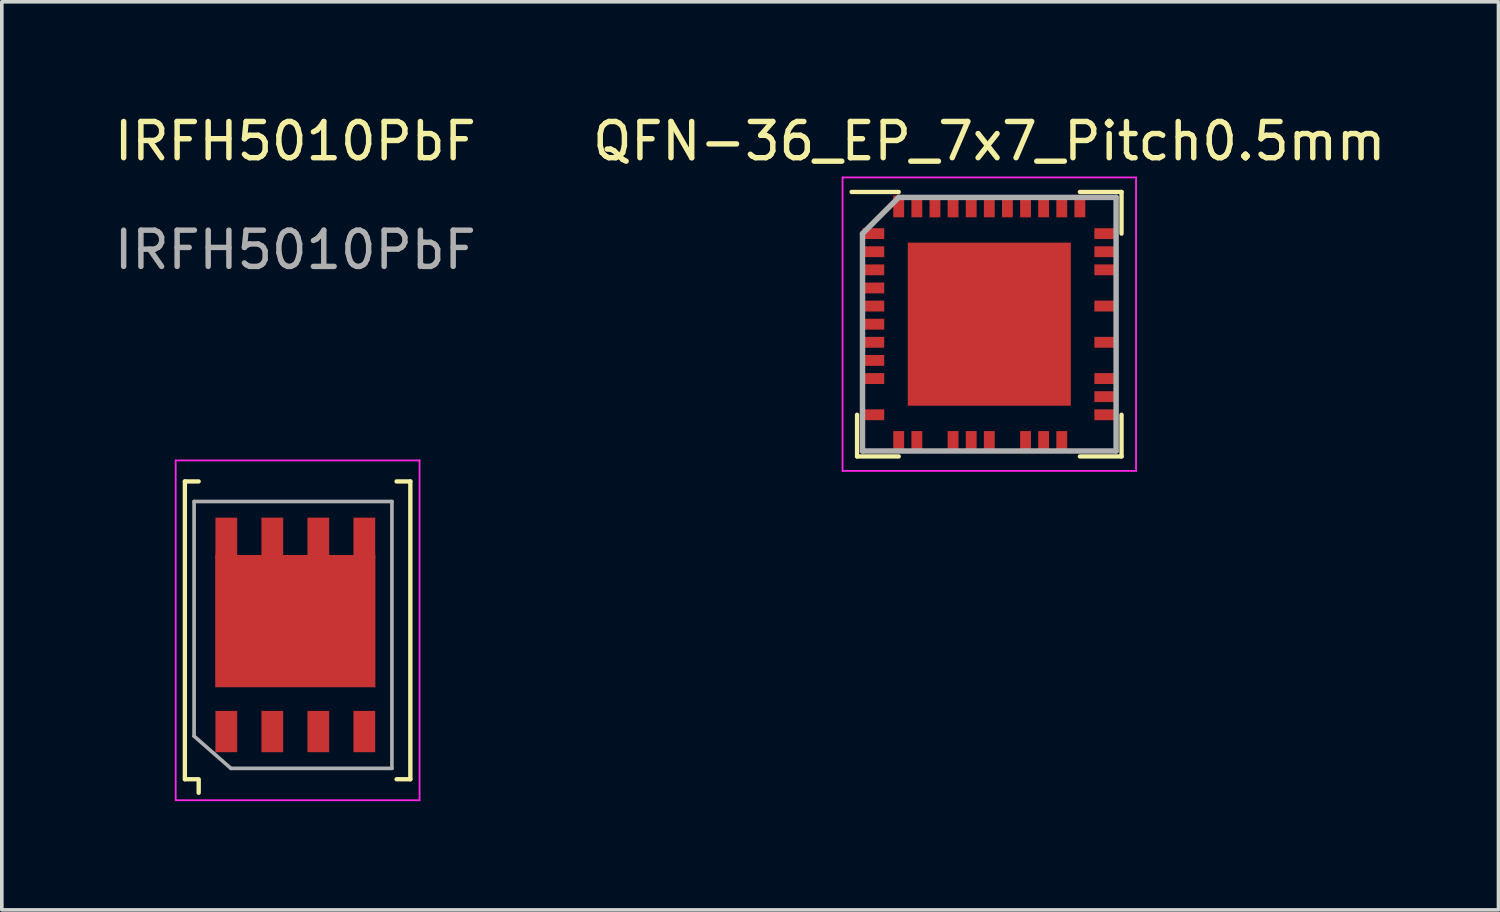
<source format=kicad_pcb>
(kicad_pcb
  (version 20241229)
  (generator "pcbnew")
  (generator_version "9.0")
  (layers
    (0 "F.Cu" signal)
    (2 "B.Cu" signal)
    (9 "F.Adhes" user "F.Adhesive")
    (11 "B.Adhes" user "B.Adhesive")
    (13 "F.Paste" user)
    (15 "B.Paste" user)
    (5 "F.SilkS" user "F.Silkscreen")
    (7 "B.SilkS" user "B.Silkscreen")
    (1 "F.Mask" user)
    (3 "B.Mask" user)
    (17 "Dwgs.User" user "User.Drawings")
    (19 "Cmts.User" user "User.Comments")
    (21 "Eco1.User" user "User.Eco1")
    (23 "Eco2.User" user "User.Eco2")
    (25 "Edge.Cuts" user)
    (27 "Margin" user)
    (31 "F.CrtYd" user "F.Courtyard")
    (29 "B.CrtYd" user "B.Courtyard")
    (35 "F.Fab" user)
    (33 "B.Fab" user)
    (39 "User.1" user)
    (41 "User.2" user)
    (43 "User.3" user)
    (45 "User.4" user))
  (footprint "QFN-36_EP_7x7_Pitch0.5mm"
    (layer "F.Cu")
    (at 24.256 5.898)
    (property "Reference" "QFN-36_EP_7x7_Pitch0.5mm" (at 0 -5.05 0) (layer "F.SilkS") (effects (font (size 1 1) (thickness 0.15))))
    (attr through_hole)
    (fp_line (start -3.65 3.65) (end -3.65 2.5) (stroke (width 0.12) (type solid)) (layer "F.SilkS"))
    (fp_line (start -2.5 -3.65) (end -3.8 -3.65) (stroke (width 0.12) (type solid)) (layer "F.SilkS"))
    (fp_line (start -2.5 3.65) (end -3.65 3.65) (stroke (width 0.12) (type solid)) (layer "F.SilkS"))
    (fp_line (start 2.5 -3.65) (end 3.65 -3.65) (stroke (width 0.12) (type solid)) (layer "F.SilkS"))
    (fp_line (start 2.5 3.65) (end 3.65 3.65) (stroke (width 0.12) (type solid)) (layer "F.SilkS"))
    (fp_line (start 3.65 -3.65) (end 3.65 -2.5) (stroke (width 0.12) (type solid)) (layer "F.SilkS"))
    (fp_line (start 3.65 3.65) (end 3.65 2.5) (stroke (width 0.12) (type solid)) (layer "F.SilkS"))
    (fp_line (start -4.05 -4.05) (end 4.05 -4.05) (stroke (width 0.05) (type solid)) (layer "F.CrtYd"))
    (fp_line (start -4.05 4.05) (end -4.05 -4.05) (stroke (width 0.05) (type solid)) (layer "F.CrtYd"))
    (fp_line (start 4.05 -4.05) (end 4.05 4.05) (stroke (width 0.05) (type solid)) (layer "F.CrtYd"))
    (fp_line (start 4.05 4.05) (end -4.05 4.05) (stroke (width 0.05) (type solid)) (layer "F.CrtYd"))
    (fp_line (start -3.5 -2.5) (end -3.5 3.5) (stroke (width 0.15) (type solid)) (layer "F.Fab"))
    (fp_line (start -3.5 3.5) (end 3.5 3.5) (stroke (width 0.15) (type solid)) (layer "F.Fab"))
    (fp_line (start -2.5 -3.5) (end -3.5 -2.5) (stroke (width 0.15) (type solid)) (layer "F.Fab"))
    (fp_line (start 3.5 -3.5) (end -2.5 -3.5) (stroke (width 0.15) (type solid)) (layer "F.Fab"))
    (fp_line (start 3.5 3.5) (end 3.5 -3.5) (stroke (width 0.15) (type solid)) (layer "F.Fab"))
    (pad "1" smd rect (at -3.2 2.5 270) (size 0.3 0.6) (layers "F.Cu" "F.Mask" "F.Paste"))
    (pad "2" smd rect (at -3.2 1.5 270) (size 0.3 0.6) (layers "F.Cu" "F.Mask" "F.Paste"))
    (pad "3" smd rect (at -3.2 1 270) (size 0.3 0.6) (layers "F.Cu" "F.Mask" "F.Paste"))
    (pad "4" smd rect (at -3.2 0.5 270) (size 0.3 0.6) (layers "F.Cu" "F.Mask" "F.Paste"))
    (pad "5" smd rect (at -3.2 0 270) (size 0.3 0.6) (layers "F.Cu" "F.Mask" "F.Paste"))
    (pad "6" smd rect (at -3.2 -0.5 270) (size 0.3 0.6) (layers "F.Cu" "F.Mask" "F.Paste"))
    (pad "7" smd rect (at -3.2 -1 270) (size 0.3 0.6) (layers "F.Cu" "F.Mask" "F.Paste"))
    (pad "8" smd rect (at -3.2 -1.5 270) (size 0.3 0.6) (layers "F.Cu" "F.Mask" "F.Paste"))
    (pad "9" smd rect (at -3.2 -2 270) (size 0.3 0.6) (layers "F.Cu" "F.Mask" "F.Paste"))
    (pad "10" smd rect (at -3.2 -2.5 90) (size 0.3 0.6) (layers "F.Cu" "F.Mask" "F.Paste"))
    (pad "11" smd rect (at -2.5 -3.25) (size 0.3 0.6) (layers "F.Cu" "F.Mask" "F.Paste"))
    (pad "12" smd rect (at -2 -3.25) (size 0.3 0.6) (layers "F.Cu" "F.Mask" "F.Paste"))
    (pad "13" smd rect (at -1.5 -3.25) (size 0.3 0.6) (layers "F.Cu" "F.Mask" "F.Paste"))
    (pad "14" smd rect (at -1 -3.25) (size 0.3 0.6) (layers "F.Cu" "F.Mask" "F.Paste"))
    (pad "15" smd rect (at -0.5 -3.25) (size 0.3 0.6) (layers "F.Cu" "F.Mask" "F.Paste"))
    (pad "16" smd rect (at 0 -3.25) (size 0.3 0.6) (layers "F.Cu" "F.Mask" "F.Paste"))
    (pad "17" smd rect (at 0.5 -3.25) (size 0.3 0.6) (layers "F.Cu" "F.Mask" "F.Paste"))
    (pad "18" smd rect (at 1 -3.25) (size 0.3 0.6) (layers "F.Cu" "F.Mask" "F.Paste"))
    (pad "19" smd rect (at 1.5 -3.25) (size 0.3 0.6) (layers "F.Cu" "F.Mask" "F.Paste"))
    (pad "20" smd rect (at 2 -3.25) (size 0.3 0.6) (layers "F.Cu" "F.Mask" "F.Paste"))
    (pad "21" smd rect (at 2.5 -3.25) (size 0.3 0.6) (layers "F.Cu" "F.Mask" "F.Paste"))
    (pad "22" smd rect (at 3.2 -2.5 270) (size 0.3 0.6) (layers "F.Cu" "F.Mask" "F.Paste"))
    (pad "23" smd rect (at 3.2 -2 270) (size 0.3 0.6) (layers "F.Cu" "F.Mask" "F.Paste"))
    (pad "24" smd rect (at 3.2 -1.5 270) (size 0.3 0.6) (layers "F.Cu" "F.Mask" "F.Paste"))
    (pad "25" smd rect (at 3.2 -0.5 270) (size 0.3 0.6) (layers "F.Cu" "F.Mask" "F.Paste"))
    (pad "26" smd rect (at 3.2 0.5 270) (size 0.3 0.6) (layers "F.Cu" "F.Mask" "F.Paste"))
    (pad "27" smd rect (at 3.2 1.5 270) (size 0.3 0.6) (layers "F.Cu" "F.Mask" "F.Paste"))
    (pad "28" smd rect (at 3.2 2 90) (size 0.3 0.6) (layers "F.Cu" "F.Mask" "F.Paste"))
    (pad "29" smd rect (at 3.2 2.5 90) (size 0.3 0.6) (layers "F.Cu" "F.Mask" "F.Paste"))
    (pad "30" smd rect (at 2 3.25) (size 0.3 0.6) (layers "F.Cu" "F.Mask" "F.Paste"))
    (pad "31" smd rect (at 1.5 3.25) (size 0.3 0.6) (layers "F.Cu" "F.Mask" "F.Paste"))
    (pad "32" smd rect (at 1 3.25) (size 0.3 0.6) (layers "F.Cu" "F.Mask" "F.Paste"))
    (pad "33" smd rect (at 0 3.25) (size 0.3 0.6) (layers "F.Cu" "F.Mask" "F.Paste"))
    (pad "34" smd rect (at -0.5 3.25) (size 0.3 0.6) (layers "F.Cu" "F.Mask" "F.Paste"))
    (pad "35" smd rect (at -1 3.25) (size 0.3 0.6) (layers "F.Cu" "F.Mask" "F.Paste"))
    (pad "36" smd rect (at -2 3.25) (size 0.3 0.6) (layers "F.Cu" "F.Mask" "F.Paste"))
    (pad "37" smd rect (at -2.5 3.25) (size 0.3 0.6) (layers "F.Cu" "F.Mask" "F.Paste"))
    (pad "PAD" smd rect (at 0 0) (size 4.5 4.5) (layers "F.Cu" "F.Mask" "F.Paste")))
  (footprint "IRFH5010PbF"
    (layer "F.Cu")
    (at 5.101 14.348)
    (property "Reference" "IRFH5010PbF" (at 0 -13.5 0) (unlocked yes) (layer "F.SilkS") (effects (font (size 1 1) (thickness 0.15))))
    (attr smd)
    (fp_line (start -3.048 -4.11) (end -3.048 4.11) (stroke (width 0.12) (type solid)) (layer "F.SilkS"))
    (fp_line (start -2.668 -4.11) (end -3.048 -4.11) (stroke (width 0.12) (type solid)) (layer "F.SilkS"))
    (fp_line (start -2.667 4.11) (end -3.047 4.11) (stroke (width 0.12) (type solid)) (layer "F.SilkS"))
    (fp_line (start -2.667 4.153) (end -2.667 4.483) (stroke (width 0.12) (type solid)) (layer "F.SilkS"))
    (fp_line (start 2.795 -4.11) (end 3.175 -4.11) (stroke (width 0.12) (type solid)) (layer "F.SilkS"))
    (fp_line (start 2.795 4.11) (end 3.175 4.11) (stroke (width 0.12) (type solid)) (layer "F.SilkS"))
    (fp_line (start 3.175 -4.11) (end 3.175 4.11) (stroke (width 0.12) (type solid)) (layer "F.SilkS"))
    (fp_line (start -3.302 -4.69) (end 3.429 -4.69) (stroke (width 0.05) (type solid)) (layer "F.CrtYd"))
    (fp_line (start -3.302 4.69) (end -3.302 -4.69) (stroke (width 0.05) (type solid)) (layer "F.CrtYd"))
    (fp_line (start 3.429 -4.69) (end 3.429 4.69) (stroke (width 0.05) (type solid)) (layer "F.CrtYd"))
    (fp_line (start 3.429 4.69) (end -3.302 4.69) (stroke (width 0.05) (type solid)) (layer "F.CrtYd"))
    (fp_line (start -2.794 -3.556) (end 2.667 -3.556) (stroke (width 0.1) (type solid)) (layer "F.Fab"))
    (fp_line (start -2.794 2.921) (end -2.794 -3.556) (stroke (width 0.1) (type solid)) (layer "F.Fab"))
    (fp_line (start -2.794 2.921) (end -1.778 3.81) (stroke (width 0.1) (type solid)) (layer "F.Fab"))
    (fp_line (start 2.667 -3.556) (end 2.667 3.81) (stroke (width 0.1) (type solid)) (layer "F.Fab"))
    (fp_line (start 2.667 3.81) (end -1.778 3.81) (stroke (width 0.1) (type solid)) (layer "F.Fab"))
    (fp_text user "${REFERENCE}" (at 0 -10.5 0) (unlocked yes) (layer "F.Fab") (effects (font (size 1 1) (thickness 0.15))))
    (pad "1" smd rect (at -1.905 2.794 180) (size 0.6 1.14) (layers "F.Cu" "F.Mask"))
    (pad "1" smd rect (at -0.635 2.794 180) (size 0.6 1.14) (layers "F.Cu" "F.Mask"))
    (pad "1" smd rect (at 0.635 2.794 180) (size 0.6 1.14) (layers "F.Cu" "F.Mask"))
    (pad "4" smd rect (at 1.905 2.794 180) (size 0.6 1.14) (layers "F.Cu" "F.Mask"))
    (pad "5" smd rect (at -1.905 -2.54 180) (size 0.6 1.14) (layers "F.Cu" "F.Mask"))
    (pad "5" smd rect (at -0.635 -2.54 180) (size 0.6 1.14) (layers "F.Cu" "F.Mask"))
    (pad "5" smd rect (at 0 -0.254 180) (size 4.42 3.65) (layers "F.Cu" "F.Mask"))
    (pad "5" smd rect (at 0.635 -2.54 180) (size 0.6 1.14) (layers "F.Cu" "F.Mask"))
    (pad "5" smd rect (at 1.905 -2.54 180) (size 0.6 1.14) (layers "F.Cu" "F.Mask")))
  (gr_rect
    (start -3 -3)
    (end 38.31 22.063)
    (stroke (width 0.1) (type default))
    (fill no)
    (layer "Edge.Cuts")))
</source>
